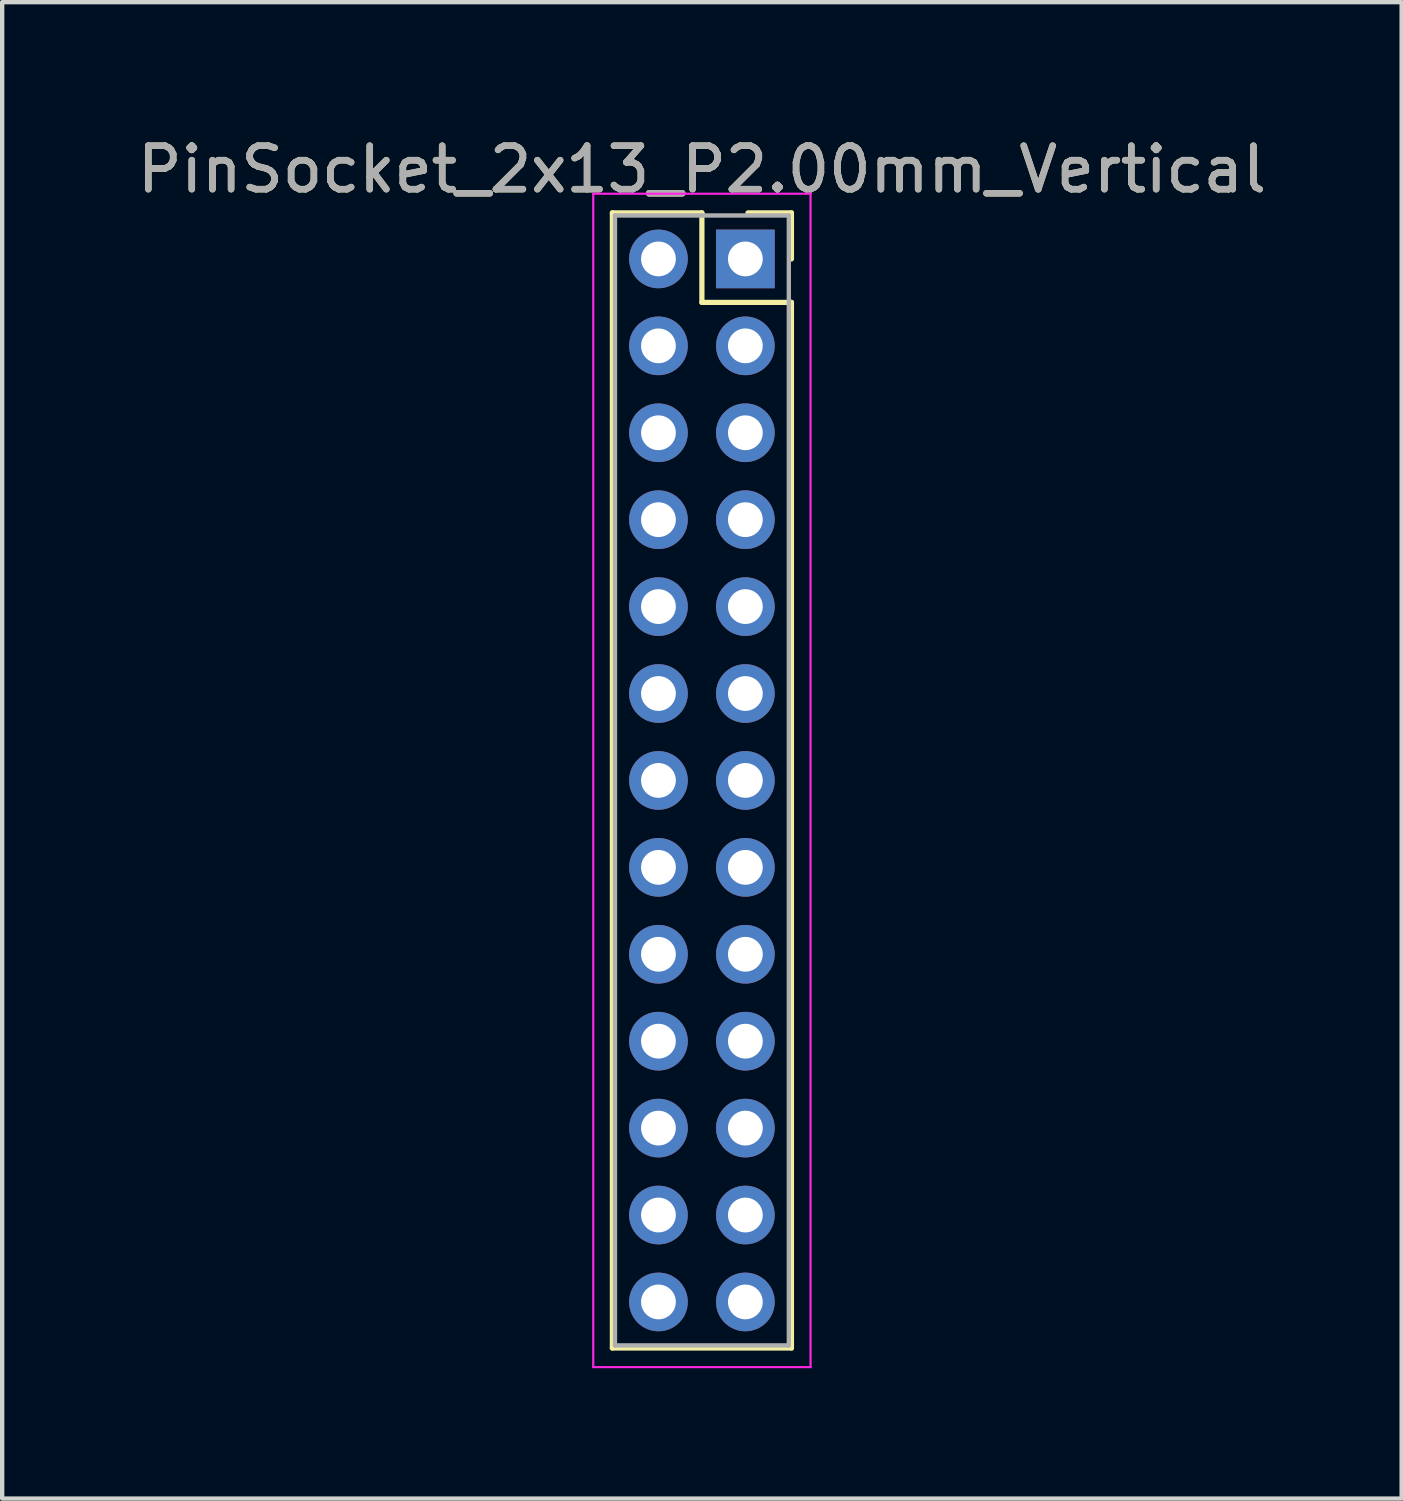
<source format=kicad_pcb>
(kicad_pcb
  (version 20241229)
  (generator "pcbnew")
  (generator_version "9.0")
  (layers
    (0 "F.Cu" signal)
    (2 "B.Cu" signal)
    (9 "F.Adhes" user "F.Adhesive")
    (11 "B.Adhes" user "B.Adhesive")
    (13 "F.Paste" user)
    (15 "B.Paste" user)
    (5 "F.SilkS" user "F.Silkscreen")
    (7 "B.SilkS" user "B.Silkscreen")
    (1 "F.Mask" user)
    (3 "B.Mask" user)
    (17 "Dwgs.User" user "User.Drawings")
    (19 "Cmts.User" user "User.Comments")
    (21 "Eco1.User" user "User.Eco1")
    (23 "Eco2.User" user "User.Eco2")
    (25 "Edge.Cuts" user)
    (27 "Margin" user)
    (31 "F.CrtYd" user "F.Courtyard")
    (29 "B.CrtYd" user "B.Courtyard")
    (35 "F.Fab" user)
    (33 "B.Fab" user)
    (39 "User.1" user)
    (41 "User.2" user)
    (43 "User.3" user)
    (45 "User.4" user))
  (footprint "PinSocket_2x13_P2.00mm_Vertical"
    (layer "F.Cu")
    (at 14.101 2.908)
    (property "Reference" "PinSocket_2x13_P2.00mm_Vertical" (at -1 -2.06 0) (layer "F.SilkS") (effects (font (size 1 1) (thickness 0.15))))
    (attr through_hole)
    (fp_line (start -3.06 -1.06) (end -1 -1.06) (stroke (width 0.12) (type solid)) (layer "F.SilkS"))
    (fp_line (start -3.06 25.06) (end -3.06 -1.06) (stroke (width 0.12) (type solid)) (layer "F.SilkS"))
    (fp_line (start -1 -1.06) (end -1 1) (stroke (width 0.12) (type solid)) (layer "F.SilkS"))
    (fp_line (start -1 1) (end 1.06 1) (stroke (width 0.12) (type solid)) (layer "F.SilkS"))
    (fp_line (start 1.06 -1.06) (end 0.06 -1.06) (stroke (width 0.12) (type solid)) (layer "F.SilkS"))
    (fp_line (start 1.06 0) (end 1.06 -1.06) (stroke (width 0.12) (type solid)) (layer "F.SilkS"))
    (fp_line (start 1.06 1) (end 1.06 25.06) (stroke (width 0.12) (type solid)) (layer "F.SilkS"))
    (fp_line (start 1.06 25.06) (end -3.06 25.06) (stroke (width 0.12) (type solid)) (layer "F.SilkS"))
    (fp_line (start -3.5 -1.5) (end -3.5 25.5) (stroke (width 0.05) (type solid)) (layer "F.CrtYd"))
    (fp_line (start -3.5 25.5) (end 1.5 25.5) (stroke (width 0.05) (type solid)) (layer "F.CrtYd"))
    (fp_line (start 1.5 -1.5) (end -3.5 -1.5) (stroke (width 0.05) (type solid)) (layer "F.CrtYd"))
    (fp_line (start 1.5 25.5) (end 1.5 -1.5) (stroke (width 0.05) (type solid)) (layer "F.CrtYd"))
    (fp_line (start -3 -1) (end -3 25) (stroke (width 0.1) (type solid)) (layer "F.Fab"))
    (fp_line (start -3 25) (end 1 25) (stroke (width 0.1) (type solid)) (layer "F.Fab"))
    (fp_line (start 1 -1) (end -3 -1) (stroke (width 0.1) (type solid)) (layer "F.Fab"))
    (fp_line (start 1 25) (end 1 -1) (stroke (width 0.1) (type solid)) (layer "F.Fab"))
    (fp_text user "${REFERENCE}" (at -1 -2.06 0) (layer "F.Fab") (effects (font (size 1 1) (thickness 0.15))))
    (pad "1" thru_hole rect (at 0 0) (size 1.35 1.35) (drill 0.8) (layers "*.Cu" "*.Mask"))
    (pad "2" thru_hole oval (at -2 0) (size 1.35 1.35) (drill 0.8) (layers "*.Cu" "*.Mask"))
    (pad "3" thru_hole oval (at 0 2) (size 1.35 1.35) (drill 0.8) (layers "*.Cu" "*.Mask"))
    (pad "4" thru_hole oval (at -2 2) (size 1.35 1.35) (drill 0.8) (layers "*.Cu" "*.Mask"))
    (pad "5" thru_hole oval (at 0 4) (size 1.35 1.35) (drill 0.8) (layers "*.Cu" "*.Mask"))
    (pad "6" thru_hole oval (at -2 4) (size 1.35 1.35) (drill 0.8) (layers "*.Cu" "*.Mask"))
    (pad "7" thru_hole oval (at 0 6) (size 1.35 1.35) (drill 0.8) (layers "*.Cu" "*.Mask"))
    (pad "8" thru_hole oval (at -2 6) (size 1.35 1.35) (drill 0.8) (layers "*.Cu" "*.Mask"))
    (pad "9" thru_hole oval (at 0 8) (size 1.35 1.35) (drill 0.8) (layers "*.Cu" "*.Mask"))
    (pad "10" thru_hole oval (at -2 8) (size 1.35 1.35) (drill 0.8) (layers "*.Cu" "*.Mask"))
    (pad "11" thru_hole oval (at 0 10) (size 1.35 1.35) (drill 0.8) (layers "*.Cu" "*.Mask"))
    (pad "12" thru_hole oval (at -2 10) (size 1.35 1.35) (drill 0.8) (layers "*.Cu" "*.Mask"))
    (pad "13" thru_hole oval (at 0 12) (size 1.35 1.35) (drill 0.8) (layers "*.Cu" "*.Mask"))
    (pad "14" thru_hole oval (at -2 12) (size 1.35 1.35) (drill 0.8) (layers "*.Cu" "*.Mask"))
    (pad "15" thru_hole oval (at 0 14) (size 1.35 1.35) (drill 0.8) (layers "*.Cu" "*.Mask"))
    (pad "16" thru_hole oval (at -2 14) (size 1.35 1.35) (drill 0.8) (layers "*.Cu" "*.Mask"))
    (pad "17" thru_hole oval (at 0 16) (size 1.35 1.35) (drill 0.8) (layers "*.Cu" "*.Mask"))
    (pad "18" thru_hole oval (at -2 16) (size 1.35 1.35) (drill 0.8) (layers "*.Cu" "*.Mask"))
    (pad "19" thru_hole oval (at 0 18) (size 1.35 1.35) (drill 0.8) (layers "*.Cu" "*.Mask"))
    (pad "20" thru_hole oval (at -2 18) (size 1.35 1.35) (drill 0.8) (layers "*.Cu" "*.Mask"))
    (pad "21" thru_hole oval (at 0 20) (size 1.35 1.35) (drill 0.8) (layers "*.Cu" "*.Mask"))
    (pad "22" thru_hole oval (at -2 20) (size 1.35 1.35) (drill 0.8) (layers "*.Cu" "*.Mask"))
    (pad "23" thru_hole oval (at 0 22) (size 1.35 1.35) (drill 0.8) (layers "*.Cu" "*.Mask"))
    (pad "24" thru_hole oval (at -2 22) (size 1.35 1.35) (drill 0.8) (layers "*.Cu" "*.Mask"))
    (pad "25" thru_hole oval (at 0 24) (size 1.35 1.35) (drill 0.8) (layers "*.Cu" "*.Mask"))
    (pad "26" thru_hole oval (at -2 24) (size 1.35 1.35) (drill 0.8) (layers "*.Cu" "*.Mask")))
  (gr_rect
    (start -3 -3)
    (end 29.202 31.433)
    (stroke (width 0.1) (type default))
    (fill no)
    (layer "Edge.Cuts")))
</source>
